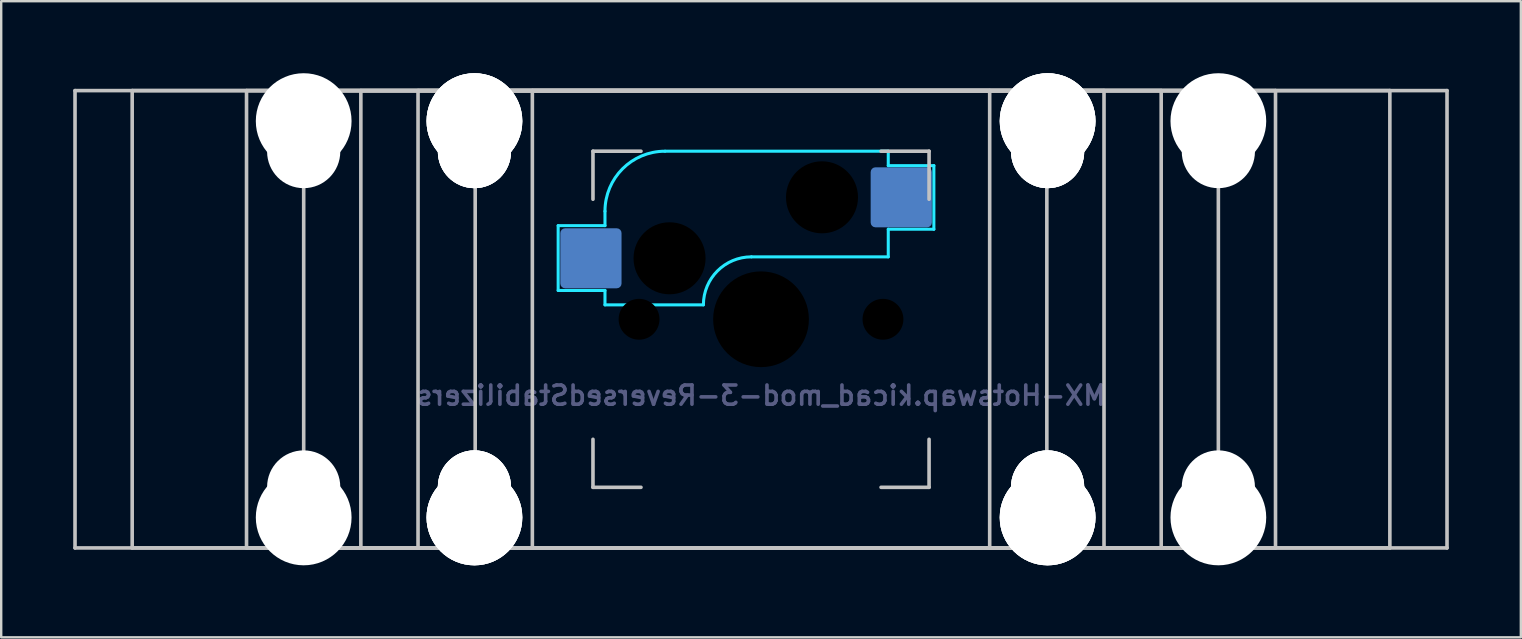
<source format=kicad_pcb>
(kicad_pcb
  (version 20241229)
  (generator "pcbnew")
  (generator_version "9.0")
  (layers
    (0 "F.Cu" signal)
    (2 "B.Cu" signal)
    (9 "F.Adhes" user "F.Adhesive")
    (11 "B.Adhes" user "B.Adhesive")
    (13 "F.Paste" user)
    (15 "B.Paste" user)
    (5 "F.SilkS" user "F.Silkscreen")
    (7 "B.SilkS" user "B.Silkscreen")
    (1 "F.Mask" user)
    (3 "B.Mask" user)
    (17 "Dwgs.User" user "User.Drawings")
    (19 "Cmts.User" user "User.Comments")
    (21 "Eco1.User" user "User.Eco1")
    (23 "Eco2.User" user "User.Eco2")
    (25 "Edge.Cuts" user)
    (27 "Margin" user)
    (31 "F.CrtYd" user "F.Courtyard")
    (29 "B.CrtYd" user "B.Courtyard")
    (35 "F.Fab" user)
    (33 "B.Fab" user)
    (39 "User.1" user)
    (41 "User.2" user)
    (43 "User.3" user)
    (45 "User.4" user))
  (footprint "MX-Hotswap.kicad_mod-3-ReversedStabilizers"
    (layer "F.Cu")
    (at 28.65 10.249)
    (property "Reference" "MX-Hotswap.kicad_mod-3-ReversedStabilizers" (at 0 3.175 0) (layer "B.Fab") (effects (font (size 0.8 0.8) (thickness 0.15)) (justify mirror)))
    (attr smd)
    (fp_line (start -28.575 9.525) (end -28.575 -9.525) (stroke (width 0.15) (type solid)) (layer "Dwgs.User"))
    (fp_line (start -26.194 9.525) (end -26.194 -9.525) (stroke (width 0.15) (type solid)) (layer "Dwgs.User"))
    (fp_line (start -21.431 9.525) (end -21.431 -9.525) (stroke (width 0.15) (type solid)) (layer "Dwgs.User"))
    (fp_line (start -19.05 9.525) (end -19.05 -9.525) (stroke (width 0.15) (type solid)) (layer "Dwgs.User"))
    (fp_line (start -16.669 9.525) (end -16.669 -9.525) (stroke (width 0.15) (type solid)) (layer "Dwgs.User"))
    (fp_line (start -14.287 9.525) (end -14.287 -9.525) (stroke (width 0.15) (type solid)) (layer "Dwgs.User"))
    (fp_line (start -11.906 9.525) (end -11.906 -9.525) (stroke (width 0.15) (type solid)) (layer "Dwgs.User"))
    (fp_line (start -9.525 9.525) (end -9.525 -9.525) (stroke (width 0.15) (type solid)) (layer "Dwgs.User"))
    (fp_line (start -7 -7) (end -7 -5) (stroke (width 0.15) (type solid)) (layer "Dwgs.User"))
    (fp_line (start -7 5) (end -7 7) (stroke (width 0.15) (type solid)) (layer "Dwgs.User"))
    (fp_line (start -7 7) (end -5 7) (stroke (width 0.15) (type solid)) (layer "Dwgs.User"))
    (fp_line (start -5 -7) (end -7 -7) (stroke (width 0.15) (type solid)) (layer "Dwgs.User"))
    (fp_line (start 5 -7) (end 7 -7) (stroke (width 0.15) (type solid)) (layer "Dwgs.User"))
    (fp_line (start 5 7) (end 7 7) (stroke (width 0.15) (type solid)) (layer "Dwgs.User"))
    (fp_line (start 7 -7) (end 7 -5) (stroke (width 0.15) (type solid)) (layer "Dwgs.User"))
    (fp_line (start 7 7) (end 7 5) (stroke (width 0.15) (type solid)) (layer "Dwgs.User"))
    (fp_line (start 9.525 -9.525) (end -9.525 -9.525) (stroke (width 0.15) (type solid)) (layer "Dwgs.User"))
    (fp_line (start 9.525 9.525) (end -9.525 9.525) (stroke (width 0.15) (type solid)) (layer "Dwgs.User"))
    (fp_line (start 9.525 9.525) (end 9.525 -9.525) (stroke (width 0.15) (type solid)) (layer "Dwgs.User"))
    (fp_line (start 11.906 -9.525) (end -11.906 -9.525) (stroke (width 0.15) (type solid)) (layer "Dwgs.User"))
    (fp_line (start 11.906 9.525) (end -11.906 9.525) (stroke (width 0.15) (type solid)) (layer "Dwgs.User"))
    (fp_line (start 11.906 9.525) (end 11.906 -9.525) (stroke (width 0.15) (type solid)) (layer "Dwgs.User"))
    (fp_line (start 14.287 -9.525) (end -14.287 -9.525) (stroke (width 0.15) (type solid)) (layer "Dwgs.User"))
    (fp_line (start 14.287 9.525) (end -14.287 9.525) (stroke (width 0.15) (type solid)) (layer "Dwgs.User"))
    (fp_line (start 14.287 9.525) (end 14.287 -9.525) (stroke (width 0.15) (type solid)) (layer "Dwgs.User"))
    (fp_line (start 16.669 -9.525) (end -16.669 -9.525) (stroke (width 0.15) (type solid)) (layer "Dwgs.User"))
    (fp_line (start 16.669 9.525) (end -16.669 9.525) (stroke (width 0.15) (type solid)) (layer "Dwgs.User"))
    (fp_line (start 16.669 9.525) (end 16.669 -9.525) (stroke (width 0.15) (type solid)) (layer "Dwgs.User"))
    (fp_line (start 19.05 -9.525) (end -19.05 -9.525) (stroke (width 0.15) (type solid)) (layer "Dwgs.User"))
    (fp_line (start 19.05 9.525) (end -19.05 9.525) (stroke (width 0.15) (type solid)) (layer "Dwgs.User"))
    (fp_line (start 19.05 9.525) (end 19.05 -9.525) (stroke (width 0.15) (type solid)) (layer "Dwgs.User"))
    (fp_line (start 21.431 -9.525) (end -21.431 -9.525) (stroke (width 0.15) (type solid)) (layer "Dwgs.User"))
    (fp_line (start 21.431 9.525) (end -21.431 9.525) (stroke (width 0.15) (type solid)) (layer "Dwgs.User"))
    (fp_line (start 21.431 9.525) (end 21.431 -9.525) (stroke (width 0.15) (type solid)) (layer "Dwgs.User"))
    (fp_line (start 26.194 -9.525) (end -26.194 -9.525) (stroke (width 0.15) (type solid)) (layer "Dwgs.User"))
    (fp_line (start 26.194 9.525) (end -26.194 9.525) (stroke (width 0.15) (type solid)) (layer "Dwgs.User"))
    (fp_line (start 26.194 9.525) (end 26.194 -9.525) (stroke (width 0.15) (type solid)) (layer "Dwgs.User"))
    (fp_line (start 28.575 -9.525) (end -28.575 -9.525) (stroke (width 0.15) (type solid)) (layer "Dwgs.User"))
    (fp_line (start 28.575 9.525) (end -28.575 9.525) (stroke (width 0.15) (type solid)) (layer "Dwgs.User"))
    (fp_line (start 28.575 9.525) (end 28.575 -9.525) (stroke (width 0.15) (type solid)) (layer "Dwgs.User"))
    (fp_line (start -8.45 -3.9) (end -8.45 -1.2) (stroke (width 0.127) (type solid)) (layer "B.CrtYd"))
    (fp_line (start -8.45 -1.2) (end -6.5 -1.2) (stroke (width 0.127) (type solid)) (layer "B.CrtYd"))
    (fp_line (start -6.5 -4.5) (end -6.5 -3.9) (stroke (width 0.127) (type solid)) (layer "B.CrtYd"))
    (fp_line (start -6.5 -3.9) (end -8.45 -3.9) (stroke (width 0.127) (type solid)) (layer "B.CrtYd"))
    (fp_line (start -6.5 -0.6) (end -6.5 -1.2) (stroke (width 0.127) (type solid)) (layer "B.CrtYd"))
    (fp_line (start -6.5 -0.6) (end -2.4 -0.6) (stroke (width 0.127) (type solid)) (layer "B.CrtYd"))
    (fp_line (start -0.4 -2.6) (end 5.3 -2.6) (stroke (width 0.127) (type solid)) (layer "B.CrtYd"))
    (fp_line (start 5.3 -7) (end -4 -7) (stroke (width 0.127) (type solid)) (layer "B.CrtYd"))
    (fp_line (start 5.3 -7) (end 5.3 -6.4) (stroke (width 0.127) (type solid)) (layer "B.CrtYd"))
    (fp_line (start 5.3 -6.4) (end 7.2 -6.4) (stroke (width 0.127) (type solid)) (layer "B.CrtYd"))
    (fp_line (start 5.3 -2.6) (end 5.3 -3.75) (stroke (width 0.127) (type solid)) (layer "B.CrtYd"))
    (fp_line (start 7.2 -6.4) (end 7.2 -3.75) (stroke (width 0.127) (type solid)) (layer "B.CrtYd"))
    (fp_line (start 7.2 -3.75) (end 5.3 -3.75) (stroke (width 0.127) (type solid)) (layer "B.CrtYd"))
    (fp_arc (start -6.5 -4.5) (mid -5.767767 -6.267767) (end -4 -7) (stroke (width 0.127) (type solid)) (layer "B.CrtYd"))
    (fp_arc (start -2.4 -0.6) (mid -1.814214 -2.014214) (end -0.4 -2.6) (stroke (width 0.127) (type solid)) (layer "B.CrtYd"))
    (pad "" np_thru_hole circle (at -19.05 -8.255) (size 3.988 3.988) (drill 3.988) (layers "*.Cu" "*.Mask"))
    (pad "" np_thru_hole circle (at -19.05 -6.985) (size 3.048 3.048) (drill 3.048) (layers "*.Cu" "*.Mask"))
    (pad "" np_thru_hole circle (at -19.05 6.985) (size 3.048 3.048) (drill 3.048) (layers "*.Cu" "*.Mask"))
    (pad "" np_thru_hole circle (at -19.05 8.255) (size 3.988 3.988) (drill 3.988) (layers "*.Cu" "*.Mask"))
    (pad "" np_thru_hole circle (at -11.938 -8.255) (size 3.988 3.988) (drill 3.988) (layers "*.Cu" "*.Mask"))
    (pad "" np_thru_hole circle (at -11.938 -8.255) (size 3.988 3.988) (drill 3.988) (layers "*.Cu" "*.Mask"))
    (pad "" np_thru_hole circle (at -11.938 -8.255) (size 3.988 3.988) (drill 3.988) (layers "*.Cu" "*.Mask"))
    (pad "" np_thru_hole circle (at -11.938 -6.985) (size 3.048 3.048) (drill 3.048) (layers "*.Cu" "*.Mask"))
    (pad "" np_thru_hole circle (at -11.938 -6.985) (size 3.048 3.048) (drill 3.048) (layers "*.Cu" "*.Mask"))
    (pad "" np_thru_hole circle (at -11.938 -6.985) (size 3.048 3.048) (drill 3.048) (layers "*.Cu" "*.Mask"))
    (pad "" np_thru_hole circle (at -11.938 6.985) (size 3.048 3.048) (drill 3.048) (layers "*.Cu" "*.Mask"))
    (pad "" np_thru_hole circle (at -11.938 6.985) (size 3.048 3.048) (drill 3.048) (layers "*.Cu" "*.Mask"))
    (pad "" np_thru_hole circle (at -11.938 6.985) (size 3.048 3.048) (drill 3.048) (layers "*.Cu" "*.Mask"))
    (pad "" np_thru_hole circle (at -11.938 8.255) (size 3.988 3.988) (drill 3.988) (layers "*.Cu" "*.Mask"))
    (pad "" np_thru_hole circle (at -11.938 8.255) (size 3.988 3.988) (drill 3.988) (layers "*.Cu" "*.Mask"))
    (pad "" np_thru_hole circle (at -11.938 8.255) (size 3.988 3.988) (drill 3.988) (layers "*.Cu" "*.Mask"))
    (pad "" np_thru_hole circle (at -5.08 0 48.099) (size 1.702 1.702) (drill 1.702) (layers "*.Mask"))
    (pad "" np_thru_hole circle (at -3.81 -2.54) (size 3 3) (drill 3) (layers "*.Mask"))
    (pad "" np_thru_hole circle (at 0 0) (size 3.988 3.988) (drill 3.988) (layers "*.Mask"))
    (pad "" np_thru_hole circle (at 2.54 -5.08) (size 3 3) (drill 3) (layers "*.Mask"))
    (pad "" np_thru_hole circle (at 5.08 0 48.099) (size 1.702 1.702) (drill 1.702) (layers "*.Mask"))
    (pad "" np_thru_hole circle (at 11.938 -8.255) (size 3.988 3.988) (drill 3.988) (layers "*.Cu" "*.Mask"))
    (pad "" np_thru_hole circle (at 11.938 -8.255) (size 3.988 3.988) (drill 3.988) (layers "*.Cu" "*.Mask"))
    (pad "" np_thru_hole circle (at 11.938 -8.255) (size 3.988 3.988) (drill 3.988) (layers "*.Cu" "*.Mask"))
    (pad "" np_thru_hole circle (at 11.938 -6.985) (size 3.048 3.048) (drill 3.048) (layers "*.Cu" "*.Mask"))
    (pad "" np_thru_hole circle (at 11.938 -6.985) (size 3.048 3.048) (drill 3.048) (layers "*.Cu" "*.Mask"))
    (pad "" np_thru_hole circle (at 11.938 -6.985) (size 3.048 3.048) (drill 3.048) (layers "*.Cu" "*.Mask"))
    (pad "" np_thru_hole circle (at 11.938 6.985) (size 3.048 3.048) (drill 3.048) (layers "*.Cu" "*.Mask"))
    (pad "" np_thru_hole circle (at 11.938 6.985) (size 3.048 3.048) (drill 3.048) (layers "*.Cu" "*.Mask"))
    (pad "" np_thru_hole circle (at 11.938 6.985) (size 3.048 3.048) (drill 3.048) (layers "*.Cu" "*.Mask"))
    (pad "" np_thru_hole circle (at 11.938 8.255) (size 3.988 3.988) (drill 3.988) (layers "*.Cu" "*.Mask"))
    (pad "" np_thru_hole circle (at 11.938 8.255) (size 3.988 3.988) (drill 3.988) (layers "*.Cu" "*.Mask"))
    (pad "" np_thru_hole circle (at 11.938 8.255) (size 3.988 3.988) (drill 3.988) (layers "*.Cu" "*.Mask"))
    (pad "" np_thru_hole circle (at 19.05 -8.255) (size 3.988 3.988) (drill 3.988) (layers "*.Cu" "*.Mask"))
    (pad "" np_thru_hole circle (at 19.05 -6.985) (size 3.048 3.048) (drill 3.048) (layers "*.Cu" "*.Mask"))
    (pad "" np_thru_hole circle (at 19.05 6.985) (size 3.048 3.048) (drill 3.048) (layers "*.Cu" "*.Mask"))
    (pad "" np_thru_hole circle (at 19.05 8.255) (size 3.988 3.988) (drill 3.988) (layers "*.Cu" "*.Mask"))
    (pad "1" smd roundrect (at -7.085 -2.54) (size 2.55 2.5) (layers "B.Cu" "B.Mask" "B.Paste") (roundrect_rratio 0.08))
    (pad "2" smd roundrect (at 5.842 -5.08) (size 2.55 2.5) (layers "B.Cu" "B.Mask" "B.Paste") (roundrect_rratio 0.08)))
  (gr_rect
    (start -3 -3)
    (end 60.3 23.498)
    (stroke (width 0.1) (type default))
    (fill no)
    (layer "Edge.Cuts")))
</source>
